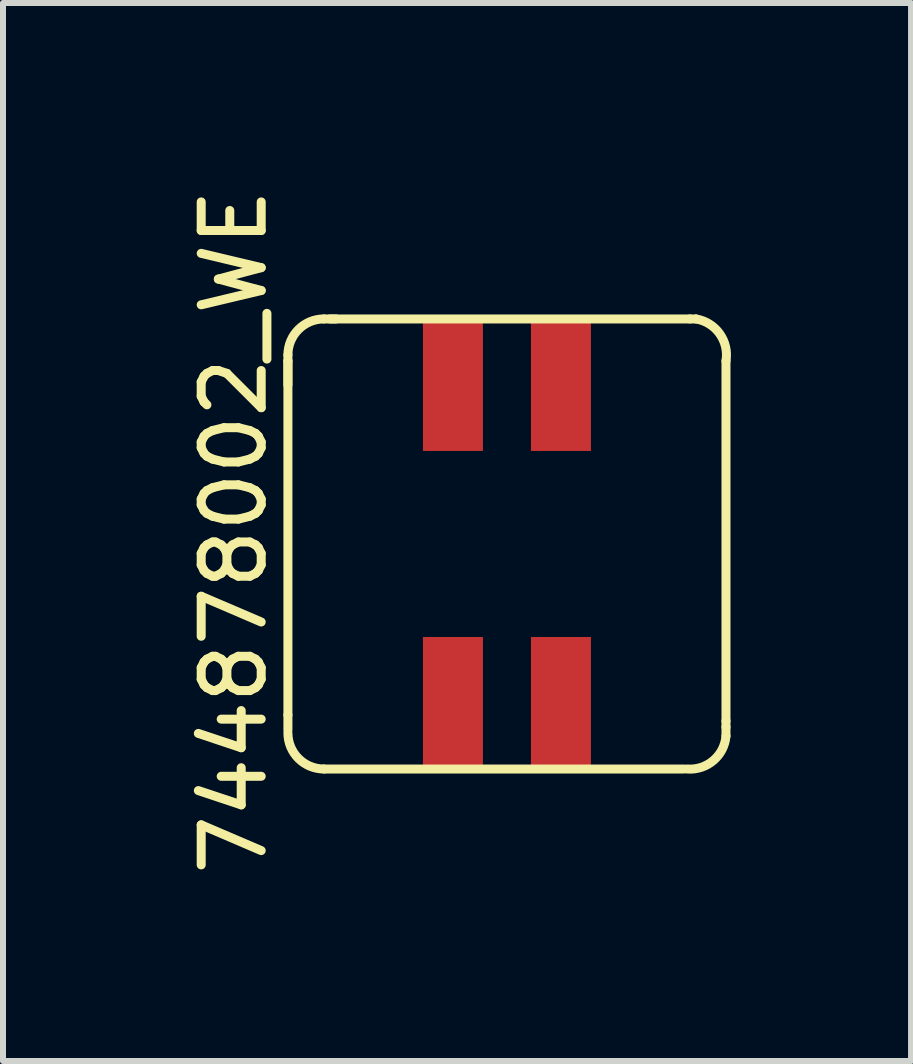
<source format=kicad_pcb>
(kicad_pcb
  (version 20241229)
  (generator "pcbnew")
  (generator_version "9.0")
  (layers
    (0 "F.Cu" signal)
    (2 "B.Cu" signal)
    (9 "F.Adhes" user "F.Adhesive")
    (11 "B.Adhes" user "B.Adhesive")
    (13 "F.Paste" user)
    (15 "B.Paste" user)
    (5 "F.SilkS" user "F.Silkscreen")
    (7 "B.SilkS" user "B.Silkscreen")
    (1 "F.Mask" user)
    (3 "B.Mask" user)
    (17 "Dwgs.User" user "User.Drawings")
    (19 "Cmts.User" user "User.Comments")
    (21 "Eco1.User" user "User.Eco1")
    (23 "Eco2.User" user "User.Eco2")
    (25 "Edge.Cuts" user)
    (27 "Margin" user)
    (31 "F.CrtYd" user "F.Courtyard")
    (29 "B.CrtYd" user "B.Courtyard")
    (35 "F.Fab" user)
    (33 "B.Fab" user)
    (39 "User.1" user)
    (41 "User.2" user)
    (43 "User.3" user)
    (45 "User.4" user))
  (footprint "744878002_WE"
    (layer "F.Cu")
    (at 1.748 2.265)
    (property "Reference" "744878002_WE" (at -0.9 3.55 90) (layer "F.SilkS") (effects (font (size 1 1) (thickness 0.15))))
    (attr through_hole)
    (fp_line (start 0 0.6) (end 0 0.7) (stroke (width 0.15) (type solid)) (layer "F.SilkS"))
    (fp_line (start 0 0.7) (end 0 1.1) (stroke (width 0.15) (type solid)) (layer "F.SilkS"))
    (fp_line (start 0 0.7) (end 0 6.6) (stroke (width 0.15) (type solid)) (layer "F.SilkS"))
    (fp_line (start 0 6.6) (end 0 6.85) (stroke (width 0.15) (type solid)) (layer "F.SilkS"))
    (fp_line (start 0.6 0) (end 0.8 0) (stroke (width 0.15) (type solid)) (layer "F.SilkS"))
    (fp_line (start 0.6 7.5) (end 6.6 7.5) (stroke (width 0.15) (type solid)) (layer "F.SilkS"))
    (fp_line (start 0.7 0) (end 6.7 0) (stroke (width 0.15) (type solid)) (layer "F.SilkS"))
    (fp_line (start 6.8 0) (end 6.7 0) (stroke (width 0.15) (type solid)) (layer "F.SilkS"))
    (fp_line (start 7.3 6.7) (end 7.3 0.7) (stroke (width 0.15) (type solid)) (layer "F.SilkS"))
    (fp_line (start 7.3 6.8) (end 7.3 6.7) (stroke (width 0.15) (type solid)) (layer "F.SilkS"))
    (fp_line (start 7.3 6.8) (end 7.3 6.95) (stroke (width 0.15) (type solid)) (layer "F.SilkS"))
    (fp_arc (start 0 0.6) (mid 0.175736 0.175736) (end 0.6 0) (stroke (width 0.15) (type solid)) (layer "F.SilkS"))
    (fp_arc (start 0.6 7.5) (mid 0.175736 7.324264) (end 0 6.9) (stroke (width 0.15) (type solid)) (layer "F.SilkS"))
    (fp_arc (start 6.8 0) (mid 7.194975 0.246447) (end 7.3 0.7) (stroke (width 0.15) (type solid)) (layer "F.SilkS"))
    (fp_arc (start 7.3 6.95) (mid 7.088909 7.359619) (end 6.65 7.5) (stroke (width 0.15) (type solid)) (layer "F.SilkS"))
    (pad "1" smd rect (at 2.75 1.1) (size 1 2.2) (layers "F.Cu" "F.Mask" "F.Paste"))
    (pad "2" smd rect (at 2.75 6.4) (size 1 2.2) (layers "F.Cu" "F.Mask" "F.Paste"))
    (pad "3" smd rect (at 4.55 6.4) (size 1 2.2) (layers "F.Cu" "F.Mask" "F.Paste"))
    (pad "4" smd rect (at 4.55 1.1) (size 1 2.2) (layers "F.Cu" "F.Mask" "F.Paste")))
  (gr_rect
    (start -3 -3)
    (end 12.132 14.631)
    (stroke (width 0.1) (type default))
    (fill no)
    (layer "Edge.Cuts")))
</source>
